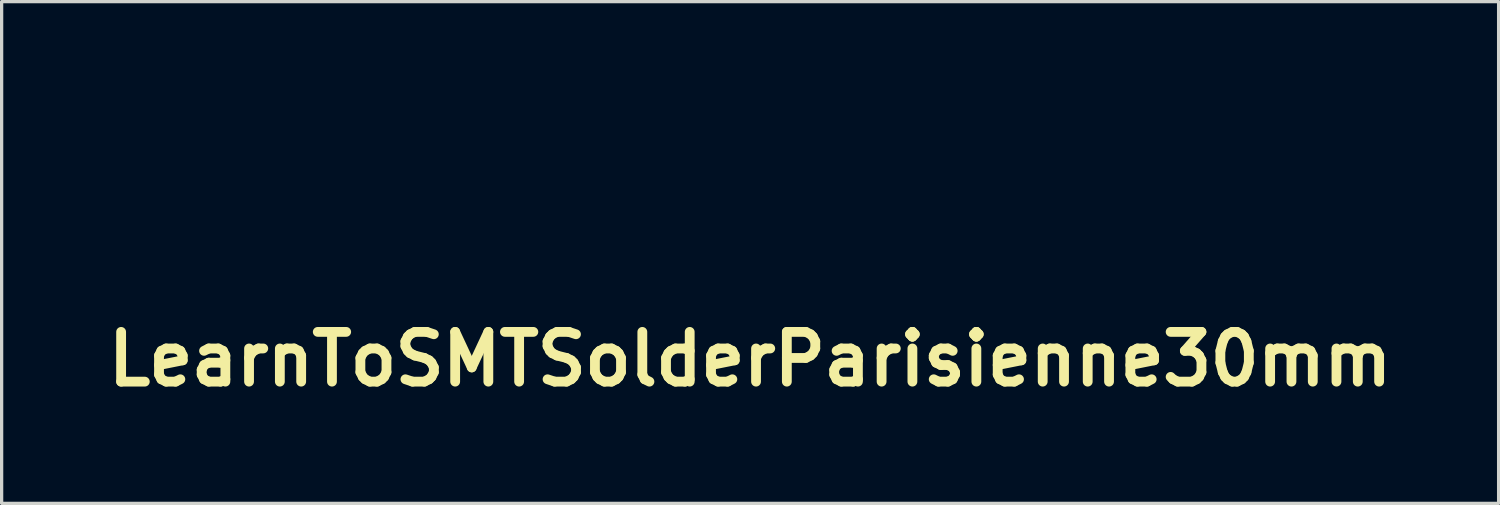
<source format=kicad_pcb>
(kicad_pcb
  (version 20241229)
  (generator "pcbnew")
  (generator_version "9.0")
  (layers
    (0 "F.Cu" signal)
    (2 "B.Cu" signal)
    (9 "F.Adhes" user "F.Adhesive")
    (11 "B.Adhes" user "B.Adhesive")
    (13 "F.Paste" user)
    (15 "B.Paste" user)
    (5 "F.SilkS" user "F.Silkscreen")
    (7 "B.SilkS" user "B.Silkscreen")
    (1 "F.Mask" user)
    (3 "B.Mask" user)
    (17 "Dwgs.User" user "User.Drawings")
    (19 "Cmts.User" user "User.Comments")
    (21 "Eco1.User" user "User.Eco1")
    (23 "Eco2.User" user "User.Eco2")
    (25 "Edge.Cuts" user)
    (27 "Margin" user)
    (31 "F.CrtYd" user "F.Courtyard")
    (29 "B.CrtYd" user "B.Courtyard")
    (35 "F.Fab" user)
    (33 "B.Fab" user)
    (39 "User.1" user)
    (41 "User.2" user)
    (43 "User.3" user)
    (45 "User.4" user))
  (footprint "LearnToSMTSolderParisienne30mm"
    (layer "F.Cu")
    (at 19.928 7.951)
    (property "Reference" "LearnToSMTSolderParisienne30mm" (at 0 0 0) (layer "F.SilkS") (effects (font (size 1.524 1.524) (thickness 0.3))))
    (attr board_only exclude_from_pos_files exclude_from_bom)
    (fp_poly (pts (xy 5.111 -7.576) (xy 5.13 -7.56) (xy 5.151 -7.537) (xy 5.091 -7.459) (xy 5.048 -7.402) (xy 5.007 -7.343) (xy 4.966 -7.281) (xy 4.925 -7.213) (xy 4.882 -7.138) (xy 4.836 -7.054) (xy 4.787 -6.958) (xy 4.732 -6.849) (xy 4.671 -6.724) (xy 4.642 -6.664) (xy 4.575 -6.526) (xy 4.514 -6.405) (xy 4.458 -6.299) (xy 4.407 -6.206) (xy 4.36 -6.126) (xy 4.314 -6.056) (xy 4.27 -5.995) (xy 4.227 -5.942) (xy 4.183 -5.894) (xy 4.137 -5.849) (xy 4.127 -5.84) (xy 4.029 -5.766) (xy 3.923 -5.704) (xy 3.81 -5.657) (xy 3.696 -5.627) (xy 3.618 -5.617) (xy 3.575 -5.614) (xy 3.534 -5.611) (xy 3.506 -5.609) (xy 3.478 -5.608) (xy 3.437 -5.609) (xy 3.391 -5.612) (xy 3.376 -5.613) (xy 3.256 -5.63) (xy 3.147 -5.661) (xy 3.05 -5.705) (xy 2.967 -5.762) (xy 2.898 -5.83) (xy 2.844 -5.909) (xy 2.806 -5.998) (xy 2.785 -6.096) (xy 2.781 -6.165) (xy 2.783 -6.211) (xy 2.787 -6.255) (xy 2.794 -6.293) (xy 2.801 -6.32) (xy 2.809 -6.332) (xy 2.811 -6.332) (xy 2.831 -6.329) (xy 2.855 -6.319) (xy 2.874 -6.308) (xy 2.881 -6.299) (xy 2.879 -6.284) (xy 2.876 -6.255) (xy 2.872 -6.225) (xy 2.868 -6.133) (xy 2.884 -6.046) (xy 2.918 -5.964) (xy 2.971 -5.889) (xy 2.982 -5.877) (xy 3.054 -5.813) (xy 3.136 -5.764) (xy 3.23 -5.728) (xy 3.338 -5.704) (xy 3.357 -5.702) (xy 3.473 -5.694) (xy 3.584 -5.705) (xy 3.69 -5.733) (xy 3.791 -5.78) (xy 3.889 -5.845) (xy 3.983 -5.929) (xy 4.073 -6.032) (xy 4.162 -6.155) (xy 4.216 -6.242) (xy 4.237 -6.278) (xy 4.265 -6.329) (xy 4.299 -6.391) (xy 4.336 -6.461) (xy 4.376 -6.535) (xy 4.415 -6.609) (xy 4.422 -6.623) (xy 4.481 -6.736) (xy 4.534 -6.835) (xy 4.582 -6.921) (xy 4.625 -6.997) (xy 4.667 -7.067) (xy 4.709 -7.132) (xy 4.751 -7.196) (xy 4.777 -7.234) (xy 4.806 -7.272) (xy 4.841 -7.316) (xy 4.881 -7.364) (xy 4.923 -7.412) (xy 4.965 -7.459) (xy 5.005 -7.502) (xy 5.041 -7.538) (xy 5.07 -7.565) (xy 5.09 -7.58) (xy 5.097 -7.583)) (stroke (width 0) (type solid)) (fill yes) (layer "F.Mask"))
    (fp_poly (pts (xy 6.152 -7.914) (xy 6.166 -7.89) (xy 6.169 -7.877) (xy 6.169 -7.875) (xy 6.156 -7.866) (xy 6.13 -7.85) (xy 6.093 -7.831) (xy 6.049 -7.81) (xy 6.003 -7.789) (xy 5.958 -7.77) (xy 5.919 -7.754) (xy 5.903 -7.748) (xy 5.823 -7.723) (xy 5.741 -7.703) (xy 5.656 -7.687) (xy 5.564 -7.676) (xy 5.466 -7.669) (xy 5.358 -7.666) (xy 5.239 -7.667) (xy 5.108 -7.672) (xy 4.962 -7.682) (xy 4.8 -7.695) (xy 4.624 -7.713) (xy 4.478 -7.727) (xy 4.351 -7.738) (xy 4.239 -7.746) (xy 4.141 -7.751) (xy 4.055 -7.752) (xy 3.98 -7.75) (xy 3.913 -7.745) (xy 3.852 -7.736) (xy 3.795 -7.724) (xy 3.741 -7.708) (xy 3.687 -7.688) (xy 3.686 -7.688) (xy 3.582 -7.637) (xy 3.491 -7.574) (xy 3.416 -7.499) (xy 3.356 -7.415) (xy 3.313 -7.322) (xy 3.288 -7.222) (xy 3.281 -7.132) (xy 3.29 -7.037) (xy 3.316 -6.952) (xy 3.359 -6.876) (xy 3.416 -6.812) (xy 3.488 -6.761) (xy 3.567 -6.727) (xy 3.598 -6.718) (xy 3.633 -6.713) (xy 3.675 -6.709) (xy 3.731 -6.708) (xy 3.761 -6.708) (xy 3.848 -6.71) (xy 3.922 -6.718) (xy 3.989 -6.732) (xy 4.054 -6.754) (xy 4.088 -6.768) (xy 4.14 -6.791) (xy 4.154 -6.769) (xy 4.168 -6.748) (xy 4.175 -6.736) (xy 4.172 -6.724) (xy 4.152 -6.708) (xy 4.119 -6.691) (xy 4.076 -6.672) (xy 4.025 -6.653) (xy 3.972 -6.636) (xy 3.917 -6.621) (xy 3.902 -6.618) (xy 3.859 -6.611) (xy 3.807 -6.605) (xy 3.75 -6.6) (xy 3.695 -6.597) (xy 3.648 -6.597) (xy 3.616 -6.599) (xy 3.513 -6.618) (xy 3.425 -6.646) (xy 3.348 -6.684) (xy 3.281 -6.734) (xy 3.251 -6.762) (xy 3.196 -6.825) (xy 3.156 -6.892) (xy 3.129 -6.964) (xy 3.115 -7.045) (xy 3.113 -7.139) (xy 3.114 -7.171) (xy 3.124 -7.266) (xy 3.144 -7.349) (xy 3.177 -7.426) (xy 3.224 -7.504) (xy 3.243 -7.53) (xy 3.299 -7.592) (xy 3.371 -7.652) (xy 3.457 -7.706) (xy 3.553 -7.753) (xy 3.642 -7.787) (xy 3.709 -7.806) (xy 3.777 -7.822) (xy 3.847 -7.833) (xy 3.923 -7.841) (xy 4.006 -7.845) (xy 4.098 -7.845) (xy 4.201 -7.841) (xy 4.317 -7.833) (xy 4.448 -7.822) (xy 4.596 -7.806) (xy 4.637 -7.802) (xy 4.738 -7.79) (xy 4.822 -7.781) (xy 4.893 -7.774) (xy 4.955 -7.769) (xy 5.011 -7.765) (xy 5.064 -7.762) (xy 5.119 -7.76) (xy 5.178 -7.759) (xy 5.244 -7.759) (xy 5.292 -7.759) (xy 5.38 -7.759) (xy 5.451 -7.759) (xy 5.508 -7.761) (xy 5.555 -7.763) (xy 5.593 -7.766) (xy 5.627 -7.771) (xy 5.657 -7.776) (xy 5.778 -7.804) (xy 5.889 -7.839) (xy 5.988 -7.878) (xy 6.071 -7.921) (xy 6.082 -7.928) (xy 6.106 -7.942) (xy 6.123 -7.951) (xy 6.127 -7.951)) (stroke (width 0) (type solid)) (fill yes) (layer "F.Mask"))
    (fp_poly (pts (xy -5.087 -7.5) (xy -5.065 -7.487) (xy -5.053 -7.476) (xy -5.052 -7.473) (xy -5.057 -7.461) (xy -5.07 -7.436) (xy -5.088 -7.402) (xy -5.101 -7.381) (xy -5.124 -7.341) (xy -5.153 -7.289) (xy -5.185 -7.232) (xy -5.217 -7.175) (xy -5.225 -7.16) (xy -5.301 -7.023) (xy -4.831 -7.023) (xy -4.838 -7) (xy -4.844 -6.979) (xy -4.849 -6.963) (xy -4.855 -6.951) (xy -4.866 -6.943) (xy -4.883 -6.937) (xy -4.91 -6.934) (xy -4.947 -6.933) (xy -4.999 -6.933) (xy -5.067 -6.933) (xy -5.105 -6.933) (xy -5.348 -6.933) (xy -5.414 -6.79) (xy -5.486 -6.632) (xy -5.545 -6.488) (xy -5.592 -6.361) (xy -5.627 -6.248) (xy -5.65 -6.151) (xy -5.661 -6.068) (xy -5.66 -6) (xy -5.646 -5.945) (xy -5.622 -5.905) (xy -5.585 -5.878) (xy -5.536 -5.865) (xy -5.528 -5.864) (xy -5.496 -5.863) (xy -5.469 -5.868) (xy -5.439 -5.879) (xy -5.412 -5.893) (xy -5.35 -5.934) (xy -5.283 -5.991) (xy -5.212 -6.064) (xy -5.138 -6.15) (xy -5.065 -6.248) (xy -4.992 -6.356) (xy -4.987 -6.363) (xy -4.937 -6.441) (xy -4.892 -6.505) (xy -4.851 -6.559) (xy -4.81 -6.605) (xy -4.767 -6.648) (xy -4.719 -6.691) (xy -4.712 -6.696) (xy -4.667 -6.732) (xy -4.621 -6.766) (xy -4.577 -6.795) (xy -4.54 -6.817) (xy -4.513 -6.83) (xy -4.502 -6.832) (xy -4.486 -6.824) (xy -4.467 -6.806) (xy -4.463 -6.801) (xy -4.439 -6.771) (xy -4.473 -6.745) (xy -4.506 -6.717) (xy -4.547 -6.678) (xy -4.592 -6.631) (xy -4.637 -6.583) (xy -4.677 -6.536) (xy -4.707 -6.496) (xy -4.764 -6.409) (xy -4.812 -6.319) (xy -4.849 -6.229) (xy -4.875 -6.143) (xy -4.889 -6.065) (xy -4.889 -6.011) (xy -4.879 -5.946) (xy -4.857 -5.898) (xy -4.823 -5.866) (xy -4.777 -5.848) (xy -4.717 -5.845) (xy -4.716 -5.845) (xy -4.644 -5.858) (xy -4.57 -5.889) (xy -4.494 -5.938) (xy -4.42 -6.001) (xy -4.348 -6.079) (xy -4.336 -6.093) (xy -4.312 -6.125) (xy -4.293 -6.15) (xy -4.283 -6.165) (xy -4.282 -6.167) (xy -4.289 -6.177) (xy -4.306 -6.194) (xy -4.316 -6.204) (xy -4.349 -6.241) (xy -4.38 -6.293) (xy -4.406 -6.355) (xy -4.425 -6.42) (xy -4.427 -6.428) (xy -4.439 -6.514) (xy -4.439 -6.54) (xy -4.351 -6.54) (xy -4.343 -6.468) (xy -4.328 -6.399) (xy -4.304 -6.337) (xy -4.302 -6.333) (xy -4.284 -6.304) (xy -4.264 -6.277) (xy -4.245 -6.258) (xy -4.234 -6.252) (xy -4.226 -6.261) (xy -4.215 -6.283) (xy -4.204 -6.31) (xy -4.17 -6.411) (xy -4.148 -6.507) (xy -4.14 -6.595) (xy -4.145 -6.673) (xy -4.163 -6.738) (xy -4.168 -6.749) (xy -4.192 -6.784) (xy -4.22 -6.799) (xy -4.251 -6.796) (xy -4.283 -6.774) (xy -4.314 -6.735) (xy -4.321 -6.722) (xy -4.34 -6.672) (xy -4.35 -6.61) (xy -4.351 -6.54) (xy -4.439 -6.54) (xy -4.44 -6.597) (xy -4.429 -6.673) (xy -4.409 -6.741) (xy -4.379 -6.798) (xy -4.341 -6.843) (xy -4.295 -6.872) (xy -4.242 -6.885) (xy -4.234 -6.886) (xy -4.179 -6.878) (xy -4.134 -6.853) (xy -4.099 -6.811) (xy -4.072 -6.751) (xy -4.061 -6.714) (xy -4.053 -6.652) (xy -4.054 -6.577) (xy -4.063 -6.496) (xy -4.078 -6.413) (xy -4.1 -6.333) (xy -4.127 -6.265) (xy -4.152 -6.21) (xy -4.104 -6.217) (xy -4.054 -6.228) (xy -4.015 -6.244) (xy -3.979 -6.271) (xy -3.945 -6.307) (xy -3.894 -6.364) (xy -3.866 -6.34) (xy -3.838 -6.316) (xy -3.86 -6.285) (xy -3.913 -6.226) (xy -3.979 -6.18) (xy -4.052 -6.148) (xy -4.129 -6.133) (xy -4.151 -6.132) (xy -4.178 -6.132) (xy -4.196 -6.126) (xy -4.211 -6.113) (xy -4.229 -6.087) (xy -4.234 -6.08) (xy -4.303 -5.991) (xy -4.383 -5.912) (xy -4.469 -5.847) (xy -4.559 -5.797) (xy -4.591 -5.784) (xy -4.658 -5.766) (xy -4.728 -5.756) (xy -4.796 -5.756) (xy -4.856 -5.765) (xy -4.877 -5.772) (xy -4.939 -5.807) (xy -4.99 -5.858) (xy -5.029 -5.921) (xy -5.054 -5.995) (xy -5.06 -6.034) (xy -5.067 -6.096) (xy -5.11 -6.04) (xy -5.168 -5.973) (xy -5.232 -5.911) (xy -5.3 -5.858) (xy -5.367 -5.816) (xy -5.429 -5.789) (xy -5.436 -5.787) (xy -5.473 -5.779) (xy -5.52 -5.774) (xy -5.554 -5.772) (xy -5.628 -5.779) (xy -5.689 -5.801) (xy -5.739 -5.839) (xy -5.779 -5.893) (xy -5.788 -5.909) (xy -5.801 -5.936) (xy -5.809 -5.959) (xy -5.814 -5.983) (xy -5.816 -6.015) (xy -5.817 -6.059) (xy -5.817 -6.082) (xy -5.815 -6.147) (xy -5.81 -6.202) (xy -5.8 -6.257) (xy -5.788 -6.307) (xy -5.743 -6.461) (xy -5.684 -6.619) (xy -5.611 -6.782) (xy -5.588 -6.831) (xy -5.568 -6.873) (xy -5.553 -6.905) (xy -5.544 -6.925) (xy -5.542 -6.929) (xy -5.552 -6.931) (xy -5.577 -6.932) (xy -5.614 -6.932) (xy -5.657 -6.933) (xy -5.703 -6.933) (xy -5.739 -6.935) (xy -5.764 -6.938) (xy -5.772 -6.942) (xy -5.769 -6.956) (xy -5.76 -6.98) (xy -5.757 -6.987) (xy -5.742 -7.023) (xy -5.615 -7.023) (xy -5.487 -7.023) (xy -5.427 -7.12) (xy -5.394 -7.172) (xy -5.354 -7.23) (xy -5.312 -7.29) (xy -5.27 -7.347) (xy -5.229 -7.4) (xy -5.194 -7.444) (xy -5.165 -7.475) (xy -5.158 -7.482) (xy -5.122 -7.517)) (stroke (width 0) (type solid)) (fill yes) (layer "F.Mask"))
    (fp_poly (pts (xy -0.175 -7.908) (xy -0.106 -7.892) (xy -0.049 -7.862) (xy -0.03 -7.847) (xy 0.009 -7.804) (xy 0.035 -7.757) (xy 0.049 -7.702) (xy 0.054 -7.633) (xy 0.054 -7.628) (xy 0.044 -7.527) (xy 0.018 -7.428) (xy -0.026 -7.331) (xy -0.089 -7.232) (xy -0.101 -7.216) (xy -0.162 -7.141) (xy -0.226 -7.075) (xy -0.298 -7.013) (xy -0.382 -6.953) (xy -0.417 -6.93) (xy -0.553 -6.853) (xy -0.702 -6.788) (xy -0.862 -6.737) (xy -1.029 -6.699) (xy -1.067 -6.692) (xy -1.139 -6.681) (xy -1.231 -6.519) (xy -1.332 -6.351) (xy -1.43 -6.201) (xy -1.528 -6.069) (xy -1.626 -5.954) (xy -1.724 -5.855) (xy -1.825 -5.77) (xy -1.928 -5.7) (xy -2.035 -5.642) (xy -2.102 -5.614) (xy -2.216 -5.578) (xy -2.339 -5.558) (xy -2.465 -5.553) (xy -2.589 -5.564) (xy -2.636 -5.573) (xy -2.742 -5.604) (xy -2.839 -5.65) (xy -2.923 -5.708) (xy -2.994 -5.777) (xy -3.05 -5.855) (xy -3.089 -5.942) (xy -3.091 -5.949) (xy -3.104 -6.009) (xy -3.11 -6.079) (xy -3.111 -6.153) (xy -3.104 -6.222) (xy -3.1 -6.244) (xy -3.071 -6.335) (xy -3.025 -6.419) (xy -2.963 -6.493) (xy -2.888 -6.557) (xy -2.8 -6.607) (xy -2.721 -6.637) (xy -2.613 -6.66) (xy -2.498 -6.666) (xy -2.381 -6.657) (xy -2.265 -6.633) (xy -2.153 -6.595) (xy -2.05 -6.544) (xy -1.959 -6.48) (xy -1.953 -6.474) (xy -1.909 -6.437) (xy -1.931 -6.41) (xy -1.947 -6.392) (xy -1.958 -6.383) (xy -1.959 -6.383) (xy -1.97 -6.388) (xy -1.992 -6.403) (xy -2.021 -6.423) (xy -2.021 -6.424) (xy -2.108 -6.477) (xy -2.204 -6.517) (xy -2.306 -6.541) (xy -2.41 -6.551) (xy -2.513 -6.545) (xy -2.612 -6.523) (xy -2.688 -6.492) (xy -2.768 -6.442) (xy -2.835 -6.379) (xy -2.888 -6.306) (xy -2.925 -6.225) (xy -2.945 -6.139) (xy -2.947 -6.05) (xy -2.944 -6.021) (xy -2.921 -5.933) (xy -2.881 -5.855) (xy -2.826 -5.787) (xy -2.757 -5.731) (xy -2.676 -5.687) (xy -2.585 -5.658) (xy -2.484 -5.643) (xy -2.443 -5.642) (xy -2.335 -5.65) (xy -2.231 -5.675) (xy -2.129 -5.717) (xy -2.029 -5.777) (xy -1.929 -5.856) (xy -1.855 -5.926) (xy -1.789 -5.996) (xy -1.729 -6.065) (xy -1.673 -6.139) (xy -1.616 -6.223) (xy -1.559 -6.312) (xy -1.536 -6.35) (xy -1.51 -6.394) (xy -1.481 -6.444) (xy -1.452 -6.495) (xy -1.425 -6.545) (xy -1.4 -6.589) (xy -1.38 -6.627) (xy -1.366 -6.653) (xy -1.361 -6.665) (xy -1.361 -6.666) (xy -1.37 -6.667) (xy -1.396 -6.67) (xy -1.435 -6.672) (xy -1.483 -6.675) (xy -1.508 -6.676) (xy -1.659 -6.689) (xy -1.799 -6.713) (xy -1.928 -6.748) (xy -2.045 -6.793) (xy -2.148 -6.847) (xy -2.238 -6.911) (xy -2.313 -6.982) (xy -2.372 -7.061) (xy -2.415 -7.147) (xy -2.441 -7.239) (xy -2.449 -7.336) (xy -2.441 -7.422) (xy -2.416 -7.517) (xy -2.373 -7.602) (xy -2.315 -7.677) (xy -2.242 -7.742) (xy -2.156 -7.794) (xy -2.057 -7.834) (xy -1.947 -7.86) (xy -1.827 -7.872) (xy -1.786 -7.873) (xy -1.643 -7.866) (xy -1.511 -7.844) (xy -1.389 -7.807) (xy -1.273 -7.753) (xy -1.198 -7.708) (xy -1.141 -7.669) (xy -1.102 -7.637) (xy -1.08 -7.611) (xy -1.075 -7.59) (xy -1.085 -7.573) (xy -1.103 -7.562) (xy -1.117 -7.558) (xy -1.132 -7.561) (xy -1.152 -7.571) (xy -1.181 -7.592) (xy -1.195 -7.603) (xy -1.264 -7.65) (xy -1.336 -7.69) (xy -1.418 -7.725) (xy -1.456 -7.738) (xy -1.496 -7.751) (xy -1.533 -7.76) (xy -1.574 -7.766) (xy -1.625 -7.769) (xy -1.661 -7.771) (xy -1.737 -7.772) (xy -1.8 -7.769) (xy -1.855 -7.76) (xy -1.909 -7.745) (xy -1.963 -7.725) (xy -2.049 -7.682) (xy -2.123 -7.626) (xy -2.185 -7.561) (xy -2.232 -7.489) (xy -2.263 -7.411) (xy -2.278 -7.33) (xy -2.274 -7.248) (xy -2.267 -7.215) (xy -2.247 -7.15) (xy -2.22 -7.096) (xy -2.183 -7.045) (xy -2.165 -7.024) (xy -2.089 -6.954) (xy -1.996 -6.893) (xy -1.887 -6.842) (xy -1.764 -6.803) (xy -1.628 -6.774) (xy -1.584 -6.768) (xy -1.528 -6.761) (xy -1.47 -6.756) (xy -1.417 -6.753) (xy -1.391 -6.753) (xy -1.313 -6.753) (xy -1.301 -6.774) (xy -1.086 -6.774) (xy -1.086 -6.773) (xy -1.075 -6.775) (xy -1.049 -6.779) (xy -1.012 -6.787) (xy -0.982 -6.793) (xy -0.823 -6.833) (xy -0.673 -6.888) (xy -0.534 -6.956) (xy -0.408 -7.037) (xy -0.295 -7.129) (xy -0.198 -7.232) (xy -0.165 -7.274) (xy -0.11 -7.358) (xy -0.069 -7.442) (xy -0.042 -7.523) (xy -0.029 -7.6) (xy -0.032 -7.669) (xy -0.051 -7.73) (xy -0.053 -7.733) (xy -0.082 -7.777) (xy -0.119 -7.805) (xy -0.167 -7.819) (xy -0.183 -7.821) (xy -0.259 -7.817) (xy -0.337 -7.794) (xy -0.417 -7.752) (xy -0.497 -7.692) (xy -0.577 -7.614) (xy -0.656 -7.518) (xy -0.725 -7.419) (xy -0.747 -7.385) (xy -0.774 -7.34) (xy -0.805 -7.286) (xy -0.84 -7.226) (xy -0.876 -7.162) (xy -0.914 -7.096) (xy -0.95 -7.031) (xy -0.985 -6.968) (xy -1.016 -6.91) (xy -1.044 -6.86) (xy -1.065 -6.819) (xy -1.08 -6.79) (xy -1.086 -6.774) (xy -1.301 -6.774) (xy -1.265 -6.845) (xy -1.177 -7.013) (xy -1.095 -7.162) (xy -1.016 -7.294) (xy -0.942 -7.411) (xy -0.87 -7.512) (xy -0.801 -7.6) (xy -0.732 -7.675) (xy -0.664 -7.738) (xy -0.596 -7.791) (xy -0.526 -7.834) (xy -0.501 -7.848) (xy -0.418 -7.882) (xy -0.334 -7.904) (xy -0.252 -7.913)) (stroke (width 0) (type solid)) (fill yes) (layer "F.Mask"))
    (fp_poly (pts (xy 8.857 -7.905) (xy 8.926 -7.883) (xy 8.983 -7.847) (xy 9.027 -7.799) (xy 9.051 -7.755) (xy 9.062 -7.709) (xy 9.067 -7.65) (xy 9.066 -7.586) (xy 9.059 -7.523) (xy 9.049 -7.478) (xy 9.009 -7.374) (xy 8.952 -7.271) (xy 8.88 -7.173) (xy 8.795 -7.082) (xy 8.732 -7.027) (xy 8.593 -6.928) (xy 8.441 -6.844) (xy 8.277 -6.776) (xy 8.103 -6.724) (xy 7.947 -6.693) (xy 7.877 -6.681) (xy 7.792 -6.534) (xy 7.692 -6.366) (xy 7.594 -6.217) (xy 7.498 -6.085) (xy 7.402 -5.97) (xy 7.306 -5.871) (xy 7.209 -5.786) (xy 7.109 -5.714) (xy 7.006 -5.656) (xy 6.912 -5.614) (xy 6.797 -5.578) (xy 6.675 -5.558) (xy 6.549 -5.553) (xy 6.425 -5.564) (xy 6.378 -5.573) (xy 6.271 -5.604) (xy 6.175 -5.65) (xy 6.09 -5.708) (xy 6.019 -5.777) (xy 5.963 -5.855) (xy 5.925 -5.942) (xy 5.922 -5.949) (xy 5.91 -6.009) (xy 5.903 -6.079) (xy 5.903 -6.153) (xy 5.909 -6.222) (xy 5.913 -6.244) (xy 5.942 -6.334) (xy 5.988 -6.417) (xy 6.05 -6.492) (xy 6.125 -6.555) (xy 6.211 -6.606) (xy 6.292 -6.637) (xy 6.402 -6.66) (xy 6.517 -6.666) (xy 6.635 -6.657) (xy 6.752 -6.632) (xy 6.864 -6.593) (xy 6.968 -6.541) (xy 7.06 -6.475) (xy 7.068 -6.469) (xy 7.108 -6.434) (xy 7.084 -6.408) (xy 7.066 -6.391) (xy 7.054 -6.383) (xy 7.053 -6.383) (xy 7.043 -6.388) (xy 7.021 -6.403) (xy 6.993 -6.423) (xy 6.992 -6.424) (xy 6.904 -6.479) (xy 6.804 -6.518) (xy 6.693 -6.543) (xy 6.622 -6.55) (xy 6.52 -6.548) (xy 6.424 -6.529) (xy 6.335 -6.496) (xy 6.256 -6.448) (xy 6.188 -6.388) (xy 6.133 -6.317) (xy 6.093 -6.236) (xy 6.071 -6.154) (xy 6.066 -6.063) (xy 6.078 -5.976) (xy 6.109 -5.896) (xy 6.155 -5.823) (xy 6.216 -5.761) (xy 6.291 -5.71) (xy 6.378 -5.673) (xy 6.43 -5.658) (xy 6.543 -5.643) (xy 6.656 -5.648) (xy 6.769 -5.672) (xy 6.882 -5.717) (xy 6.978 -5.77) (xy 7.047 -5.821) (xy 7.121 -5.887) (xy 7.197 -5.967) (xy 7.275 -6.057) (xy 7.351 -6.155) (xy 7.422 -6.259) (xy 7.465 -6.327) (xy 7.486 -6.363) (xy 7.511 -6.406) (xy 7.538 -6.454) (xy 7.566 -6.504) (xy 7.593 -6.552) (xy 7.617 -6.596) (xy 7.636 -6.631) (xy 7.649 -6.656) (xy 7.653 -6.666) (xy 7.644 -6.667) (xy 7.618 -6.67) (xy 7.579 -6.672) (xy 7.53 -6.675) (xy 7.505 -6.676) (xy 7.351 -6.689) (xy 7.208 -6.714) (xy 7.076 -6.751) (xy 6.957 -6.798) (xy 6.851 -6.856) (xy 6.76 -6.924) (xy 6.685 -7.001) (xy 6.626 -7.087) (xy 6.586 -7.175) (xy 6.575 -7.223) (xy 6.569 -7.284) (xy 6.568 -7.35) (xy 6.572 -7.414) (xy 6.582 -7.47) (xy 6.586 -7.483) (xy 6.624 -7.575) (xy 6.679 -7.655) (xy 6.75 -7.725) (xy 6.836 -7.782) (xy 6.936 -7.827) (xy 7.028 -7.854) (xy 7.069 -7.862) (xy 7.105 -7.868) (xy 7.141 -7.872) (xy 7.183 -7.873) (xy 7.237 -7.872) (xy 7.276 -7.87) (xy 7.407 -7.86) (xy 7.524 -7.839) (xy 7.632 -7.805) (xy 7.735 -7.757) (xy 7.813 -7.71) (xy 7.87 -7.671) (xy 7.91 -7.639) (xy 7.932 -7.612) (xy 7.939 -7.591) (xy 7.93 -7.574) (xy 7.91 -7.562) (xy 7.897 -7.558) (xy 7.882 -7.561) (xy 7.862 -7.571) (xy 7.832 -7.592) (xy 7.819 -7.603) (xy 7.749 -7.65) (xy 7.677 -7.69) (xy 7.595 -7.725) (xy 7.558 -7.738) (xy 7.518 -7.751) (xy 7.481 -7.76) (xy 7.44 -7.766) (xy 7.389 -7.769) (xy 7.352 -7.771) (xy 7.276 -7.772) (xy 7.214 -7.769) (xy 7.159 -7.76) (xy 7.104 -7.745) (xy 7.051 -7.725) (xy 6.965 -7.682) (xy 6.89 -7.626) (xy 6.829 -7.561) (xy 6.782 -7.489) (xy 6.751 -7.411) (xy 6.736 -7.33) (xy 6.74 -7.248) (xy 6.746 -7.215) (xy 6.767 -7.15) (xy 6.793 -7.096) (xy 6.83 -7.045) (xy 6.848 -7.024) (xy 6.925 -6.954) (xy 7.018 -6.893) (xy 7.126 -6.842) (xy 7.249 -6.803) (xy 7.385 -6.774) (xy 7.43 -6.768) (xy 7.485 -6.761) (xy 7.544 -6.756) (xy 7.596 -6.753) (xy 7.623 -6.753) (xy 7.701 -6.753) (xy 7.712 -6.774) (xy 7.928 -6.774) (xy 7.928 -6.773) (xy 7.938 -6.775) (xy 7.964 -6.779) (xy 8.001 -6.787) (xy 8.032 -6.793) (xy 8.191 -6.833) (xy 8.341 -6.888) (xy 8.481 -6.956) (xy 8.607 -7.037) (xy 8.72 -7.13) (xy 8.817 -7.234) (xy 8.848 -7.274) (xy 8.903 -7.358) (xy 8.945 -7.442) (xy 8.972 -7.523) (xy 8.984 -7.6) (xy 8.981 -7.669) (xy 8.963 -7.73) (xy 8.961 -7.733) (xy 8.931 -7.777) (xy 8.895 -7.805) (xy 8.847 -7.819) (xy 8.83 -7.821) (xy 8.754 -7.817) (xy 8.676 -7.794) (xy 8.597 -7.752) (xy 8.517 -7.692) (xy 8.437 -7.614) (xy 8.358 -7.518) (xy 8.288 -7.419) (xy 8.267 -7.385) (xy 8.24 -7.34) (xy 8.208 -7.286) (xy 8.174 -7.226) (xy 8.137 -7.162) (xy 8.1 -7.096) (xy 8.063 -7.031) (xy 8.029 -6.968) (xy 7.997 -6.91) (xy 7.97 -6.86) (xy 7.949 -6.819) (xy 7.934 -6.79) (xy 7.928 -6.774) (xy 7.712 -6.774) (xy 7.749 -6.845) (xy 7.776 -6.898) (xy 7.81 -6.961) (xy 7.848 -7.03) (xy 7.888 -7.102) (xy 7.927 -7.172) (xy 7.965 -7.238) (xy 7.998 -7.296) (xy 8.026 -7.343) (xy 8.042 -7.368) (xy 8.135 -7.503) (xy 8.228 -7.618) (xy 8.321 -7.713) (xy 8.416 -7.79) (xy 8.512 -7.848) (xy 8.61 -7.887) (xy 8.71 -7.909) (xy 8.779 -7.913)) (stroke (width 0) (type solid)) (fill yes) (layer "F.Mask"))
    (fp_poly (pts (xy 2.944 -7.912) (xy 2.966 -7.897) (xy 2.979 -7.888) (xy 2.98 -7.887) (xy 2.977 -7.877) (xy 2.967 -7.851) (xy 2.952 -7.811) (xy 2.931 -7.757) (xy 2.906 -7.693) (xy 2.878 -7.62) (xy 2.846 -7.54) (xy 2.832 -7.505) (xy 2.747 -7.288) (xy 2.669 -7.089) (xy 2.6 -6.906) (xy 2.538 -6.738) (xy 2.483 -6.585) (xy 2.436 -6.445) (xy 2.395 -6.318) (xy 2.361 -6.204) (xy 2.334 -6.1) (xy 2.313 -6.006) (xy 2.297 -5.921) (xy 2.287 -5.845) (xy 2.283 -5.776) (xy 2.284 -5.713) (xy 2.289 -5.656) (xy 2.299 -5.604) (xy 2.3 -5.6) (xy 2.331 -5.508) (xy 2.371 -5.434) (xy 2.423 -5.374) (xy 2.488 -5.329) (xy 2.56 -5.297) (xy 2.624 -5.285) (xy 2.701 -5.284) (xy 2.787 -5.294) (xy 2.877 -5.315) (xy 2.97 -5.347) (xy 3.005 -5.361) (xy 3.033 -5.373) (xy 3.051 -5.379) (xy 3.056 -5.38) (xy 3.077 -5.348) (xy 3.088 -5.327) (xy 3.091 -5.314) (xy 3.082 -5.302) (xy 3.056 -5.286) (xy 3.015 -5.268) (xy 2.962 -5.249) (xy 2.899 -5.229) (xy 2.894 -5.227) (xy 2.813 -5.208) (xy 2.726 -5.198) (xy 2.641 -5.196) (xy 2.565 -5.202) (xy 2.542 -5.207) (xy 2.447 -5.238) (xy 2.362 -5.286) (xy 2.288 -5.35) (xy 2.227 -5.429) (xy 2.179 -5.521) (xy 2.15 -5.609) (xy 2.138 -5.67) (xy 2.131 -5.745) (xy 2.128 -5.828) (xy 2.13 -5.914) (xy 2.136 -5.998) (xy 2.145 -6.062) (xy 2.18 -6.223) (xy 2.227 -6.399) (xy 2.289 -6.588) (xy 2.364 -6.793) (xy 2.452 -7.011) (xy 2.554 -7.244) (xy 2.607 -7.358) (xy 2.7 -7.558) (xy 2.655 -7.509) (xy 2.627 -7.478) (xy 2.589 -7.434) (xy 2.543 -7.379) (xy 2.491 -7.318) (xy 2.435 -7.251) (xy 2.378 -7.182) (xy 2.322 -7.114) (xy 2.269 -7.048) (xy 2.221 -6.989) (xy 2.2 -6.963) (xy 2.043 -6.761) (xy 1.891 -6.56) (xy 1.745 -6.362) (xy 1.609 -6.169) (xy 1.484 -5.986) (xy 1.447 -5.93) (xy 1.331 -5.753) (xy 1.293 -5.767) (xy 1.278 -5.772) (xy 1.267 -5.777) (xy 1.261 -5.786) (xy 1.259 -5.801) (xy 1.26 -5.826) (xy 1.264 -5.865) (xy 1.27 -5.92) (xy 1.27 -5.922) (xy 1.293 -6.077) (xy 1.431 -6.077) (xy 1.436 -6.072) (xy 1.441 -6.077) (xy 1.436 -6.082) (xy 1.431 -6.077) (xy 1.293 -6.077) (xy 1.296 -6.097) (xy 1.333 -6.285) (xy 1.379 -6.483) (xy 1.436 -6.689) (xy 1.501 -6.899) (xy 1.574 -7.111) (xy 1.639 -7.28) (xy 1.655 -7.321) (xy 1.667 -7.355) (xy 1.675 -7.376) (xy 1.676 -7.383) (xy 1.668 -7.375) (xy 1.651 -7.35) (xy 1.626 -7.311) (xy 1.592 -7.259) (xy 1.551 -7.195) (xy 1.504 -7.12) (xy 1.452 -7.036) (xy 1.395 -6.943) (xy 1.346 -6.863) (xy 1.255 -6.715) (xy 1.173 -6.584) (xy 1.099 -6.467) (xy 1.031 -6.364) (xy 0.968 -6.271) (xy 0.909 -6.189) (xy 0.853 -6.115) (xy 0.799 -6.047) (xy 0.746 -5.985) (xy 0.693 -5.927) (xy 0.645 -5.878) (xy 0.523 -5.764) (xy 0.402 -5.669) (xy 0.279 -5.592) (xy 0.154 -5.532) (xy 0.025 -5.487) (xy 0.004 -5.482) (xy -0.072 -5.467) (xy -0.157 -5.457) (xy -0.246 -5.454) (xy -0.331 -5.456) (xy -0.404 -5.465) (xy -0.41 -5.466) (xy -0.515 -5.496) (xy -0.609 -5.54) (xy -0.693 -5.597) (xy -0.763 -5.665) (xy -0.818 -5.743) (xy -0.857 -5.83) (xy -0.865 -5.858) (xy -0.874 -5.909) (xy -0.879 -5.97) (xy -0.879 -6.035) (xy -0.875 -6.096) (xy -0.867 -6.146) (xy -0.867 -6.147) (xy -0.83 -6.245) (xy -0.777 -6.334) (xy -0.708 -6.414) (xy -0.625 -6.483) (xy -0.528 -6.541) (xy -0.42 -6.587) (xy -0.301 -6.619) (xy -0.174 -6.637) (xy -0.144 -6.639) (xy -0.01 -6.639) (xy 0.127 -6.624) (xy 0.239 -6.601) (xy 0.29 -6.585) (xy 0.348 -6.562) (xy 0.405 -6.536) (xy 0.457 -6.509) (xy 0.497 -6.484) (xy 0.506 -6.478) (xy 0.535 -6.454) (xy 0.506 -6.423) (xy 0.477 -6.393) (xy 0.446 -6.413) (xy 0.398 -6.442) (xy 0.337 -6.471) (xy 0.272 -6.498) (xy 0.209 -6.519) (xy 0.195 -6.523) (xy 0.118 -6.539) (xy 0.028 -6.548) (xy -0.066 -6.551) (xy -0.157 -6.548) (xy -0.239 -6.538) (xy -0.258 -6.534) (xy -0.362 -6.502) (xy -0.455 -6.457) (xy -0.535 -6.399) (xy -0.601 -6.331) (xy -0.652 -6.254) (xy -0.687 -6.168) (xy -0.705 -6.076) (xy -0.704 -5.98) (xy -0.701 -5.957) (xy -0.679 -5.866) (xy -0.639 -5.786) (xy -0.585 -5.716) (xy -0.517 -5.658) (xy -0.436 -5.613) (xy -0.345 -5.582) (xy -0.244 -5.566) (xy -0.146 -5.565) (xy -0.061 -5.574) (xy 0.018 -5.591) (xy 0.097 -5.619) (xy 0.18 -5.657) (xy 0.273 -5.71) (xy 0.367 -5.774) (xy 0.46 -5.85) (xy 0.555 -5.938) (xy 0.652 -6.04) (xy 0.751 -6.157) (xy 0.853 -6.288) (xy 0.96 -6.436) (xy 1.071 -6.6) (xy 1.188 -6.782) (xy 1.265 -6.908) (xy 1.352 -7.05) (xy 1.429 -7.177) (xy 1.498 -7.288) (xy 1.56 -7.387) (xy 1.615 -7.473) (xy 1.663 -7.548) (xy 1.707 -7.614) (xy 1.747 -7.672) (xy 1.783 -7.723) (xy 1.816 -7.769) (xy 1.844 -7.805) (xy 1.873 -7.841) (xy 1.894 -7.863) (xy 1.91 -7.872) (xy 1.927 -7.87) (xy 1.949 -7.858) (xy 1.969 -7.845) (xy 1.972 -7.838) (xy 1.971 -7.823) (xy 1.966 -7.797) (xy 1.955 -7.758) (xy 1.939 -7.705) (xy 1.917 -7.636) (xy 1.916 -7.632) (xy 1.883 -7.53) (xy 1.849 -7.421) (xy 1.814 -7.309) (xy 1.78 -7.196) (xy 1.747 -7.086) (xy 1.716 -6.983) (xy 1.689 -6.889) (xy 1.667 -6.809) (xy 1.654 -6.763) (xy 1.64 -6.712) (xy 1.621 -6.647) (xy 1.598 -6.572) (xy 1.573 -6.492) (xy 1.548 -6.412) (xy 1.53 -6.358) (xy 1.507 -6.289) (xy 1.487 -6.228) (xy 1.47 -6.175) (xy 1.456 -6.134) (xy 1.448 -6.106) (xy 1.445 -6.095) (xy 1.445 -6.095) (xy 1.451 -6.102) (xy 1.466 -6.123) (xy 1.49 -6.156) (xy 1.519 -6.197) (xy 1.551 -6.245) (xy 1.64 -6.371) (xy 1.74 -6.508) (xy 1.849 -6.654) (xy 1.965 -6.806) (xy 2.086 -6.961) (xy 2.21 -7.116) (xy 2.335 -7.27) (xy 2.458 -7.419) (xy 2.578 -7.561) (xy 2.585 -7.568) (xy 2.701 -7.568) (xy 2.706 -7.563) (xy 2.711 -7.568) (xy 2.706 -7.573) (xy 2.701 -7.568) (xy 2.585 -7.568) (xy 2.693 -7.692) (xy 2.8 -7.812) (xy 2.863 -7.881) (xy 2.913 -7.933)) (stroke (width 0) (type solid)) (fill yes) (layer "F.Mask"))
    (fp_poly (pts (xy -11.185 -7.934) (xy -11.139 -7.921) (xy -11.129 -7.917) (xy -11.078 -7.881) (xy -11.04 -7.836) (xy -11.016 -7.779) (xy -11.003 -7.709) (xy -11.001 -7.653) (xy -11.012 -7.54) (xy -11.041 -7.425) (xy -11.089 -7.307) (xy -11.156 -7.189) (xy -11.241 -7.07) (xy -11.343 -6.951) (xy -11.358 -6.935) (xy -11.489 -6.813) (xy -11.634 -6.701) (xy -11.792 -6.602) (xy -11.958 -6.516) (xy -12.13 -6.447) (xy -12.275 -6.403) (xy -12.316 -6.392) (xy -12.343 -6.382) (xy -12.363 -6.37) (xy -12.381 -6.351) (xy -12.402 -6.323) (xy -12.405 -6.319) (xy -12.449 -6.262) (xy -12.5 -6.199) (xy -12.556 -6.135) (xy -12.611 -6.075) (xy -12.661 -6.022) (xy -12.693 -5.992) (xy -12.764 -5.928) (xy -12.582 -5.875) (xy -12.475 -5.844) (xy -12.385 -5.819) (xy -12.311 -5.798) (xy -12.248 -5.782) (xy -12.197 -5.77) (xy -12.153 -5.761) (xy -12.116 -5.755) (xy -12.083 -5.752) (xy -12.052 -5.75) (xy -12.04 -5.75) (xy -11.95 -5.756) (xy -11.872 -5.775) (xy -11.801 -5.808) (xy -11.749 -5.843) (xy -11.683 -5.894) (xy -11.647 -5.866) (xy -11.611 -5.839) (xy -11.665 -5.79) (xy -11.716 -5.751) (xy -11.78 -5.713) (xy -11.849 -5.679) (xy -11.918 -5.653) (xy -11.94 -5.646) (xy -11.979 -5.639) (xy -12.033 -5.633) (xy -12.095 -5.629) (xy -12.162 -5.626) (xy -12.227 -5.626) (xy -12.284 -5.628) (xy -12.329 -5.632) (xy -12.335 -5.633) (xy -12.4 -5.646) (xy -12.48 -5.665) (xy -12.568 -5.688) (xy -12.66 -5.713) (xy -12.751 -5.74) (xy -12.786 -5.752) (xy -12.94 -5.801) (xy -12.993 -5.771) (xy -13.077 -5.73) (xy -13.166 -5.697) (xy -13.255 -5.674) (xy -13.344 -5.659) (xy -13.428 -5.653) (xy -13.505 -5.657) (xy -13.572 -5.671) (xy -13.627 -5.695) (xy -13.645 -5.708) (xy -13.676 -5.746) (xy -13.691 -5.791) (xy -13.69 -5.807) (xy -13.602 -5.807) (xy -13.588 -5.783) (xy -13.566 -5.765) (xy -13.546 -5.754) (xy -13.524 -5.747) (xy -13.494 -5.743) (xy -13.45 -5.742) (xy -13.446 -5.742) (xy -13.397 -5.744) (xy -13.345 -5.749) (xy -13.303 -5.756) (xy -13.298 -5.757) (xy -13.265 -5.767) (xy -13.226 -5.78) (xy -13.185 -5.796) (xy -13.147 -5.812) (xy -13.117 -5.826) (xy -13.099 -5.837) (xy -13.095 -5.842) (xy -13.104 -5.847) (xy -13.129 -5.854) (xy -13.165 -5.863) (xy -13.208 -5.873) (xy -13.253 -5.883) (xy -13.298 -5.891) (xy -13.336 -5.897) (xy -13.347 -5.898) (xy -13.389 -5.901) (xy -13.438 -5.9) (xy -13.47 -5.898) (xy -13.511 -5.892) (xy -13.54 -5.882) (xy -13.565 -5.866) (xy -13.571 -5.86) (xy -13.596 -5.832) (xy -13.602 -5.807) (xy -13.69 -5.807) (xy -13.689 -5.839) (xy -13.67 -5.885) (xy -13.635 -5.925) (xy -13.603 -5.949) (xy -13.566 -5.967) (xy -13.523 -5.98) (xy -13.468 -5.99) (xy -13.4 -5.996) (xy -13.32 -6) (xy -13.251 -6.001) (xy -13.195 -6.001) (xy -13.146 -5.998) (xy -13.098 -5.993) (xy -13.044 -5.984) (xy -13.035 -5.983) (xy -12.91 -5.961) (xy -12.825 -6.05) (xy -12.796 -6.081) (xy -12.763 -6.119) (xy -12.727 -6.161) (xy -12.691 -6.204) (xy -12.658 -6.245) (xy -12.629 -6.282) (xy -12.608 -6.311) (xy -12.596 -6.329) (xy -12.595 -6.333) (xy -12.604 -6.334) (xy -12.631 -6.336) (xy -12.672 -6.337) (xy -12.724 -6.337) (xy -12.785 -6.338) (xy -12.808 -6.338) (xy -12.884 -6.338) (xy -12.945 -6.34) (xy -12.993 -6.342) (xy -13.034 -6.346) (xy -13.072 -6.351) (xy -13.11 -6.358) (xy -13.121 -6.36) (xy -13.258 -6.398) (xy -13.38 -6.446) (xy -13.487 -6.506) (xy -13.579 -6.577) (xy -13.654 -6.657) (xy -13.712 -6.748) (xy -13.754 -6.847) (xy -13.778 -6.955) (xy -13.783 -7.008) (xy -13.781 -7.129) (xy -13.761 -7.24) (xy -13.724 -7.343) (xy -13.669 -7.438) (xy -13.595 -7.525) (xy -13.591 -7.529) (xy -13.503 -7.605) (xy -13.407 -7.666) (xy -13.298 -7.713) (xy -13.177 -7.748) (xy -13.119 -7.759) (xy -13.041 -7.768) (xy -12.952 -7.772) (xy -12.858 -7.771) (xy -12.765 -7.765) (xy -12.68 -7.754) (xy -12.63 -7.744) (xy -12.581 -7.731) (xy -12.53 -7.717) (xy -12.482 -7.701) (xy -12.44 -7.686) (xy -12.409 -7.674) (xy -12.391 -7.664) (xy -12.389 -7.662) (xy -12.39 -7.649) (xy -12.398 -7.626) (xy -12.402 -7.618) (xy -12.416 -7.594) (xy -12.43 -7.588) (xy -12.434 -7.589) (xy -12.562 -7.636) (xy -12.691 -7.667) (xy -12.821 -7.683) (xy -12.947 -7.684) (xy -13.067 -7.67) (xy -13.179 -7.64) (xy -13.259 -7.607) (xy -13.353 -7.552) (xy -13.43 -7.489) (xy -13.494 -7.415) (xy -13.545 -7.328) (xy -13.55 -7.318) (xy -13.582 -7.24) (xy -13.601 -7.165) (xy -13.609 -7.085) (xy -13.609 -7.053) (xy -13.6 -6.951) (xy -13.571 -6.856) (xy -13.526 -6.767) (xy -13.464 -6.687) (xy -13.387 -6.616) (xy -13.295 -6.555) (xy -13.191 -6.504) (xy -13.073 -6.466) (xy -12.986 -6.447) (xy -12.933 -6.44) (xy -12.865 -6.436) (xy -12.79 -6.433) (xy -12.712 -6.433) (xy -12.638 -6.435) (xy -12.584 -6.439) (xy -12.517 -6.445) (xy -12.483 -6.503) (xy -12.271 -6.503) (xy -12.26 -6.506) (xy -12.235 -6.514) (xy -12.199 -6.526) (xy -12.163 -6.538) (xy -12.014 -6.597) (xy -11.869 -6.669) (xy -11.731 -6.753) (xy -11.602 -6.847) (xy -11.483 -6.949) (xy -11.376 -7.058) (xy -11.283 -7.172) (xy -11.206 -7.289) (xy -11.145 -7.409) (xy -11.119 -7.478) (xy -11.102 -7.541) (xy -11.092 -7.606) (xy -11.089 -7.668) (xy -11.094 -7.723) (xy -11.105 -7.764) (xy -11.109 -7.772) (xy -11.139 -7.812) (xy -11.174 -7.836) (xy -11.219 -7.847) (xy -11.248 -7.848) (xy -11.287 -7.846) (xy -11.318 -7.839) (xy -11.35 -7.824) (xy -11.369 -7.813) (xy -11.401 -7.79) (xy -11.44 -7.758) (xy -11.48 -7.721) (xy -11.503 -7.698) (xy -11.527 -7.672) (xy -11.549 -7.648) (xy -11.571 -7.623) (xy -11.592 -7.597) (xy -11.615 -7.567) (xy -11.639 -7.533) (xy -11.666 -7.494) (xy -11.696 -7.447) (xy -11.73 -7.393) (xy -11.77 -7.329) (xy -11.816 -7.254) (xy -11.868 -7.167) (xy -11.929 -7.066) (xy -11.997 -6.951) (xy -12.065 -6.838) (xy -12.101 -6.777) (xy -12.138 -6.717) (xy -12.172 -6.661) (xy -12.201 -6.615) (xy -12.223 -6.581) (xy -12.227 -6.575) (xy -12.248 -6.543) (xy -12.263 -6.518) (xy -12.271 -6.504) (xy -12.271 -6.503) (xy -12.483 -6.503) (xy -12.427 -6.596) (xy -12.395 -6.651) (xy -12.355 -6.718) (xy -12.312 -6.793) (xy -12.268 -6.869) (xy -12.226 -6.942) (xy -12.214 -6.963) (xy -12.141 -7.09) (xy -12.076 -7.201) (xy -12.017 -7.298) (xy -11.964 -7.383) (xy -11.915 -7.457) (xy -11.869 -7.522) (xy -11.825 -7.58) (xy -11.781 -7.633) (xy -11.737 -7.683) (xy -11.723 -7.697) (xy -11.631 -7.785) (xy -11.539 -7.854) (xy -11.448 -7.903) (xy -11.425 -7.912) (xy -11.368 -7.928) (xy -11.306 -7.937) (xy -11.243 -7.939)) (stroke (width 0) (type solid)) (fill yes) (layer "F.Mask"))
    (fp_poly (pts (xy -7.621 -6.877) (xy -7.575 -6.852) (xy -7.541 -6.813) (xy -7.519 -6.759) (xy -7.512 -6.694) (xy -7.512 -6.693) (xy -7.511 -6.66) (xy -7.508 -6.643) (xy -7.502 -6.639) (xy -7.494 -6.642) (xy -7.472 -6.658) (xy -7.462 -6.668) (xy -7.444 -6.685) (xy -7.413 -6.709) (xy -7.374 -6.735) (xy -7.333 -6.761) (xy -7.295 -6.783) (xy -7.264 -6.799) (xy -7.261 -6.8) (xy -7.216 -6.812) (xy -7.164 -6.817) (xy -7.11 -6.816) (xy -7.064 -6.808) (xy -7.043 -6.8) (xy -7.002 -6.77) (xy -6.968 -6.726) (xy -6.944 -6.677) (xy -6.942 -6.668) (xy -6.937 -6.639) (xy -6.934 -6.597) (xy -6.934 -6.552) (xy -6.935 -6.543) (xy -6.938 -6.501) (xy -6.946 -6.461) (xy -6.957 -6.42) (xy -6.975 -6.374) (xy -7 -6.322) (xy -7.033 -6.259) (xy -7.075 -6.183) (xy -7.089 -6.16) (xy -7.12 -6.106) (xy -7.149 -6.053) (xy -7.173 -6.006) (xy -7.192 -5.97) (xy -7.2 -5.952) (xy -7.218 -5.896) (xy -7.223 -5.853) (xy -7.215 -5.824) (xy -7.196 -5.809) (xy -7.166 -5.808) (xy -7.127 -5.822) (xy -7.08 -5.851) (xy -7.026 -5.896) (xy -7.015 -5.906) (xy -6.962 -5.96) (xy -6.904 -6.027) (xy -6.842 -6.103) (xy -6.781 -6.184) (xy -6.725 -6.265) (xy -6.718 -6.275) (xy -6.693 -6.311) (xy -6.673 -6.34) (xy -6.659 -6.358) (xy -6.654 -6.362) (xy -6.643 -6.356) (xy -6.623 -6.342) (xy -6.62 -6.339) (xy -6.592 -6.316) (xy -6.648 -6.227) (xy -6.722 -6.116) (xy -6.795 -6.016) (xy -6.868 -5.929) (xy -6.938 -5.855) (xy -7.004 -5.797) (xy -7.065 -5.757) (xy -7.069 -5.754) (xy -7.139 -5.726) (xy -7.204 -5.715) (xy -7.263 -5.722) (xy -7.292 -5.734) (xy -7.34 -5.767) (xy -7.37 -5.808) (xy -7.382 -5.849) (xy -7.386 -5.89) (xy -7.382 -5.934) (xy -7.37 -5.983) (xy -7.35 -6.039) (xy -7.32 -6.105) (xy -7.28 -6.181) (xy -7.228 -6.271) (xy -7.198 -6.322) (xy -7.149 -6.405) (xy -7.11 -6.474) (xy -7.081 -6.531) (xy -7.062 -6.577) (xy -7.051 -6.614) (xy -7.048 -6.644) (xy -7.053 -6.67) (xy -7.064 -6.693) (xy -7.069 -6.7) (xy -7.098 -6.724) (xy -7.136 -6.731) (xy -7.183 -6.721) (xy -7.236 -6.694) (xy -7.297 -6.65) (xy -7.318 -6.632) (xy -7.359 -6.594) (xy -7.402 -6.55) (xy -7.45 -6.499) (xy -7.503 -6.438) (xy -7.562 -6.367) (xy -7.629 -6.285) (xy -7.703 -6.189) (xy -7.787 -6.081) (xy -7.881 -5.957) (xy -7.897 -5.935) (xy -8.034 -5.753) (xy -8.086 -5.774) (xy -8.118 -5.786) (xy -8.145 -5.796) (xy -8.156 -5.8) (xy -8.17 -5.806) (xy -8.173 -5.809) (xy -8.168 -5.819) (xy -8.152 -5.841) (xy -8.129 -5.874) (xy -8.1 -5.914) (xy -8.085 -5.936) (xy -8.017 -6.031) (xy -7.959 -6.113) (xy -7.909 -6.185) (xy -7.867 -6.252) (xy -7.828 -6.315) (xy -7.792 -6.377) (xy -7.757 -6.443) (xy -7.732 -6.493) (xy -7.695 -6.571) (xy -7.668 -6.641) (xy -7.65 -6.7) (xy -7.644 -6.746) (xy -7.648 -6.779) (xy -7.655 -6.791) (xy -7.673 -6.799) (xy -7.697 -6.803) (xy -7.726 -6.794) (xy -7.762 -6.766) (xy -7.806 -6.722) (xy -7.857 -6.66) (xy -7.915 -6.58) (xy -7.98 -6.485) (xy -8.052 -6.373) (xy -8.129 -6.244) (xy -8.134 -6.237) (xy -8.184 -6.154) (xy -8.226 -6.085) (xy -8.264 -6.028) (xy -8.297 -5.981) (xy -8.328 -5.941) (xy -8.36 -5.906) (xy -8.387 -5.877) (xy -8.45 -5.821) (xy -8.509 -5.782) (xy -8.569 -5.757) (xy -8.632 -5.745) (xy -8.653 -5.744) (xy -8.718 -5.746) (xy -8.768 -5.761) (xy -8.808 -5.788) (xy -8.84 -5.831) (xy -8.846 -5.842) (xy -8.865 -5.889) (xy -8.873 -5.941) (xy -8.87 -5.999) (xy -8.856 -6.065) (xy -8.829 -6.14) (xy -8.791 -6.226) (xy -8.74 -6.325) (xy -8.698 -6.399) (xy -8.668 -6.452) (xy -8.648 -6.492) (xy -8.639 -6.522) (xy -8.639 -6.547) (xy -8.648 -6.568) (xy -8.667 -6.592) (xy -8.685 -6.61) (xy -8.739 -6.662) (xy -8.859 -6.467) (xy -8.918 -6.371) (xy -8.968 -6.29) (xy -9.011 -6.223) (xy -9.048 -6.167) (xy -9.079 -6.121) (xy -9.107 -6.082) (xy -9.133 -6.049) (xy -9.158 -6.02) (xy -9.183 -5.993) (xy -9.197 -5.978) (xy -9.265 -5.916) (xy -9.329 -5.871) (xy -9.392 -5.842) (xy -9.458 -5.827) (xy -9.488 -5.824) (xy -9.535 -5.824) (xy -9.569 -5.83) (xy -9.594 -5.839) (xy -9.628 -5.867) (xy -9.655 -5.909) (xy -9.671 -5.959) (xy -9.674 -5.995) (xy -9.674 -6.043) (xy -9.762 -5.955) (xy -9.842 -5.882) (xy -9.919 -5.828) (xy -9.994 -5.79) (xy -10.072 -5.767) (xy -10.154 -5.759) (xy -10.164 -5.759) (xy -10.24 -5.767) (xy -10.307 -5.791) (xy -10.362 -5.831) (xy -10.405 -5.884) (xy -10.41 -5.894) (xy -10.421 -5.924) (xy -10.43 -5.964) (xy -10.436 -6.007) (xy -10.436 -6.009) (xy -10.264 -6.009) (xy -10.257 -5.948) (xy -10.236 -5.901) (xy -10.2 -5.865) (xy -10.174 -5.85) (xy -10.148 -5.845) (xy -10.109 -5.847) (xy -10.063 -5.855) (xy -10.016 -5.868) (xy -9.978 -5.883) (xy -9.93 -5.911) (xy -9.882 -5.945) (xy -9.833 -5.988) (xy -9.782 -6.042) (xy -9.728 -6.106) (xy -9.671 -6.183) (xy -9.608 -6.273) (xy -9.54 -6.379) (xy -9.464 -6.5) (xy -9.426 -6.563) (xy -9.415 -6.599) (xy -9.42 -6.638) (xy -9.439 -6.676) (xy -9.468 -6.709) (xy -9.506 -6.732) (xy -9.534 -6.741) (xy -9.609 -6.744) (xy -9.689 -6.729) (xy -9.772 -6.697) (xy -9.857 -6.648) (xy -9.941 -6.583) (xy -9.994 -6.533) (xy -10.073 -6.445) (xy -10.14 -6.354) (xy -10.194 -6.261) (xy -10.233 -6.169) (xy -10.257 -6.081) (xy -10.264 -6.009) (xy -10.436 -6.009) (xy -10.438 -6.044) (xy -10.436 -6.058) (xy -10.437 -6.066) (xy -10.445 -6.064) (xy -10.462 -6.05) (xy -10.49 -6.023) (xy -10.505 -6.007) (xy -10.603 -5.915) (xy -10.7 -5.842) (xy -10.796 -5.789) (xy -10.894 -5.753) (xy -10.993 -5.736) (xy -11.074 -5.735) (xy -11.171 -5.747) (xy -11.253 -5.773) (xy -11.321 -5.812) (xy -11.376 -5.866) (xy -11.416 -5.929) (xy -11.432 -5.962) (xy -11.441 -5.988) (xy -11.446 -6.014) (xy -11.448 -6.047) (xy -11.448 -6.092) (xy -11.448 -6.097) (xy -11.441 -6.187) (xy -11.434 -6.221) (xy -11.259 -6.221) (xy -11.253 -6.216) (xy -11.233 -6.219) (xy -11.232 -6.219) (xy -11.203 -6.225) (xy -11.166 -6.234) (xy -11.144 -6.24) (xy -11.057 -6.271) (xy -10.968 -6.314) (xy -10.883 -6.368) (xy -10.809 -6.428) (xy -10.749 -6.489) (xy -10.705 -6.55) (xy -10.672 -6.608) (xy -10.652 -6.661) (xy -10.643 -6.708) (xy -10.647 -6.746) (xy -10.662 -6.775) (xy -10.688 -6.791) (xy -10.727 -6.795) (xy -10.762 -6.787) (xy -10.828 -6.759) (xy -10.897 -6.715) (xy -10.967 -6.656) (xy -11.036 -6.586) (xy -11.101 -6.507) (xy -11.161 -6.422) (xy -11.212 -6.332) (xy -11.253 -6.242) (xy -11.254 -6.238) (xy -11.259 -6.221) (xy -11.434 -6.221) (xy -11.424 -6.269) (xy -11.393 -6.351) (xy -11.364 -6.411) (xy -11.299 -6.514) (xy -11.22 -6.61) (xy -11.131 -6.695) (xy -11.033 -6.769) (xy -10.93 -6.828) (xy -10.827 -6.868) (xy -10.758 -6.881) (xy -10.691 -6.879) (xy -10.63 -6.862) (xy -10.579 -6.832) (xy -10.539 -6.79) (xy -10.53 -6.774) (xy -10.513 -6.72) (xy -10.509 -6.657) (xy -10.519 -6.589) (xy -10.542 -6.522) (xy -10.546 -6.513) (xy -10.569 -6.477) (xy -10.604 -6.434) (xy -10.649 -6.389) (xy -10.697 -6.346) (xy -10.745 -6.309) (xy -10.775 -6.29) (xy -10.858 -6.247) (xy -10.952 -6.209) (xy -11.05 -6.178) (xy -11.146 -6.156) (xy -11.217 -6.145) (xy -11.284 -6.14) (xy -11.284 -6.088) (xy -11.276 -6.01) (xy -11.253 -5.945) (xy -11.216 -5.892) (xy -11.166 -5.854) (xy -11.105 -5.831) (xy -11.033 -5.824) (xy -11.01 -5.825) (xy -10.916 -5.842) (xy -10.826 -5.874) (xy -10.737 -5.922) (xy -10.65 -5.988) (xy -10.562 -6.071) (xy -10.474 -6.172) (xy -10.385 -6.292) (xy -10.354 -6.337) (xy -10.28 -6.443) (xy -10.208 -6.533) (xy -10.136 -6.608) (xy -10.062 -6.672) (xy -9.984 -6.727) (xy -9.964 -6.739) (xy -9.873 -6.786) (xy -9.784 -6.817) (xy -9.693 -6.833) (xy -9.624 -6.836) (xy -9.543 -6.832) (xy -9.477 -6.819) (xy -9.427 -6.795) (xy -9.388 -6.76) (xy -9.361 -6.714) (xy -9.359 -6.71) (xy -9.343 -6.672) (xy -9.287 -6.737) (xy -9.26 -6.767) (xy -9.237 -6.79) (xy -9.221 -6.802) (xy -9.218 -6.803) (xy -9.194 -6.798) (xy -9.177 -6.788) (xy -9.174 -6.78) (xy -9.178 -6.769) (xy -9.191 -6.742) (xy -9.21 -6.704) (xy -9.235 -6.657) (xy -9.263 -6.603) (xy -9.269 -6.592) (xy -9.339 -6.459) (xy -9.398 -6.339) (xy -9.445 -6.234) (xy -9.482 -6.144) (xy -9.506 -6.069) (xy -9.519 -6.008) (xy -9.521 -5.963) (xy -9.51 -5.934) (xy -9.509 -5.932) (xy -9.48 -5.914) (xy -9.443 -5.913) (xy -9.399 -5.928) (xy -9.35 -5.957) (xy -9.296 -6.001) (xy -9.24 -6.057) (xy -9.181 -6.126) (xy -9.158 -6.157) (xy -9.138 -6.185) (xy -9.11 -6.227) (xy -9.074 -6.28) (xy -9.033 -6.343) (xy -8.988 -6.412) (xy -8.941 -6.485) (xy -8.904 -6.543) (xy -8.86 -6.613) (xy -8.818 -6.677) (xy -8.782 -6.734) (xy -8.752 -6.782) (xy -8.728 -6.819) (xy -8.713 -6.842) (xy -8.708 -6.851) (xy -8.699 -6.849) (xy -8.68 -6.842) (xy -8.662 -6.83) (xy -8.659 -6.813) (xy -8.661 -6.804) (xy -8.667 -6.775) (xy -8.667 -6.75) (xy -8.659 -6.727) (xy -8.642 -6.702) (xy -8.612 -6.67) (xy -8.573 -6.634) (xy -8.48 -6.547) (xy -8.486 -6.493) (xy -8.489 -6.471) (xy -8.497 -6.445) (xy -8.509 -6.412) (xy -8.527 -6.371) (xy -8.553 -6.317) (xy -8.586 -6.25) (xy -8.598 -6.228) (xy -8.641 -6.142) (xy -8.674 -6.071) (xy -8.698 -6.013) (xy -8.714 -5.967) (xy -8.721 -5.931) (xy -8.722 -5.902) (xy -8.715 -5.879) (xy -8.707 -5.865) (xy -8.678 -5.842) (xy -8.64 -5.833) (xy -8.595 -5.839) (xy -8.566 -5.851) (xy -8.535 -5.869) (xy -8.504 -5.891) (xy -8.472 -5.918) (xy -8.439 -5.953) (xy -8.403 -5.996) (xy -8.363 -6.049) (xy -8.317 -6.113) (xy -8.265 -6.191) (xy -8.205 -6.282) (xy -8.142 -6.379) (xy -8.08 -6.477) (xy -8.027 -6.559) (xy -7.982 -6.627) (xy -7.943 -6.682) (xy -7.911 -6.727) (xy -7.883 -6.763) (xy -7.858 -6.791) (xy -7.835 -6.813) (xy -7.821 -6.825) (xy -7.783 -6.855) (xy -7.751 -6.872) (xy -7.721 -6.882) (xy -7.685 -6.885) (xy -7.677 -6.885)) (stroke (width 0) (type solid)) (fill yes) (layer "F.Mask"))
    (fp_poly (pts (xy 10.725 -7.931) (xy 10.75 -7.923) (xy 10.773 -7.907) (xy 10.775 -7.905) (xy 10.792 -7.888) (xy 10.802 -7.87) (xy 10.805 -7.845) (xy 10.806 -7.818) (xy 10.799 -7.755) (xy 10.779 -7.679) (xy 10.749 -7.593) (xy 10.708 -7.499) (xy 10.658 -7.399) (xy 10.6 -7.295) (xy 10.536 -7.19) (xy 10.465 -7.085) (xy 10.415 -7.018) (xy 10.365 -6.953) (xy 10.307 -6.881) (xy 10.243 -6.804) (xy 10.175 -6.725) (xy 10.107 -6.647) (xy 10.04 -6.573) (xy 9.978 -6.506) (xy 9.922 -6.448) (xy 9.876 -6.402) (xy 9.871 -6.397) (xy 9.789 -6.321) (xy 9.789 -6.164) (xy 9.789 -6.104) (xy 9.79 -6.059) (xy 9.792 -6.027) (xy 9.796 -6.004) (xy 9.802 -5.986) (xy 9.81 -5.968) (xy 9.812 -5.965) (xy 9.842 -5.922) (xy 9.878 -5.897) (xy 9.924 -5.888) (xy 9.934 -5.888) (xy 9.991 -5.897) (xy 10.051 -5.924) (xy 10.115 -5.968) (xy 10.184 -6.03) (xy 10.257 -6.11) (xy 10.336 -6.209) (xy 10.38 -6.269) (xy 10.409 -6.312) (xy 10.436 -6.354) (xy 10.457 -6.39) (xy 10.468 -6.413) (xy 10.503 -6.484) (xy 10.551 -6.559) (xy 10.609 -6.632) (xy 10.671 -6.698) (xy 10.707 -6.73) (xy 10.76 -6.769) (xy 10.824 -6.809) (xy 10.89 -6.846) (xy 10.953 -6.875) (xy 10.974 -6.883) (xy 11.013 -6.895) (xy 11.051 -6.902) (xy 11.097 -6.906) (xy 11.144 -6.907) (xy 11.194 -6.907) (xy 11.23 -6.905) (xy 11.257 -6.9) (xy 11.284 -6.891) (xy 11.309 -6.88) (xy 11.339 -6.866) (xy 11.359 -6.86) (xy 11.373 -6.864) (xy 11.386 -6.881) (xy 11.403 -6.911) (xy 11.411 -6.928) (xy 11.45 -6.999) (xy 11.499 -7.082) (xy 11.555 -7.172) (xy 11.616 -7.265) (xy 11.678 -7.358) (xy 11.739 -7.445) (xy 11.796 -7.523) (xy 11.804 -7.533) (xy 11.835 -7.572) (xy 11.869 -7.614) (xy 11.905 -7.656) (xy 11.939 -7.696) (xy 11.97 -7.73) (xy 11.994 -7.756) (xy 12.01 -7.771) (xy 12.014 -7.773) (xy 12.025 -7.767) (xy 12.044 -7.753) (xy 12.049 -7.749) (xy 12.079 -7.726) (xy 11.978 -7.572) (xy 11.867 -7.398) (xy 11.768 -7.236) (xy 11.68 -7.086) (xy 11.603 -6.944) (xy 11.536 -6.81) (xy 11.477 -6.681) (xy 11.426 -6.555) (xy 11.388 -6.448) (xy 11.357 -6.351) (xy 11.334 -6.261) (xy 11.319 -6.179) (xy 11.311 -6.107) (xy 11.312 -6.048) (xy 11.32 -6.005) (xy 11.328 -5.988) (xy 11.358 -5.957) (xy 11.395 -5.945) (xy 11.44 -5.951) (xy 11.492 -5.975) (xy 11.517 -5.992) (xy 11.546 -6.015) (xy 11.575 -6.044) (xy 11.607 -6.081) (xy 11.643 -6.127) (xy 11.683 -6.184) (xy 11.709 -6.223) (xy 11.938 -6.223) (xy 11.944 -6.219) (xy 11.962 -6.22) (xy 11.979 -6.223) (xy 12.017 -6.231) (xy 12.059 -6.242) (xy 12.077 -6.247) (xy 12.171 -6.283) (xy 12.263 -6.334) (xy 12.349 -6.398) (xy 12.424 -6.47) (xy 12.487 -6.549) (xy 12.52 -6.606) (xy 12.545 -6.666) (xy 12.554 -6.715) (xy 12.548 -6.755) (xy 12.536 -6.774) (xy 12.51 -6.791) (xy 12.473 -6.795) (xy 12.428 -6.784) (xy 12.377 -6.762) (xy 12.321 -6.729) (xy 12.263 -6.686) (xy 12.205 -6.635) (xy 12.148 -6.577) (xy 12.094 -6.513) (xy 12.072 -6.483) (xy 12.048 -6.444) (xy 12.02 -6.398) (xy 11.993 -6.348) (xy 11.968 -6.3) (xy 11.95 -6.26) (xy 11.941 -6.236) (xy 11.938 -6.223) (xy 11.709 -6.223) (xy 11.729 -6.253) (xy 11.782 -6.337) (xy 11.844 -6.437) (xy 11.846 -6.441) (xy 11.927 -6.556) (xy 12.023 -6.658) (xy 12.13 -6.746) (xy 12.15 -6.76) (xy 12.246 -6.818) (xy 12.335 -6.857) (xy 12.417 -6.879) (xy 12.492 -6.881) (xy 12.559 -6.865) (xy 12.614 -6.835) (xy 12.651 -6.795) (xy 12.674 -6.745) (xy 12.684 -6.686) (xy 12.681 -6.622) (xy 12.665 -6.556) (xy 12.635 -6.492) (xy 12.593 -6.433) (xy 12.53 -6.372) (xy 12.451 -6.315) (xy 12.36 -6.262) (xy 12.261 -6.217) (xy 12.158 -6.181) (xy 12.055 -6.156) (xy 11.983 -6.146) (xy 11.948 -6.142) (xy 11.927 -6.137) (xy 11.917 -6.13) (xy 11.913 -6.116) (xy 11.912 -6.11) (xy 11.911 -6.073) (xy 11.917 -6.027) (xy 11.926 -5.981) (xy 11.939 -5.944) (xy 11.941 -5.94) (xy 11.978 -5.89) (xy 12.027 -5.853) (xy 12.087 -5.831) (xy 12.156 -5.823) (xy 12.232 -5.83) (xy 12.313 -5.852) (xy 12.392 -5.886) (xy 12.444 -5.914) (xy 12.493 -5.945) (xy 12.539 -5.978) (xy 12.584 -6.018) (xy 12.63 -6.063) (xy 12.677 -6.118) (xy 12.728 -6.182) (xy 12.783 -6.257) (xy 12.844 -6.345) (xy 12.912 -6.448) (xy 12.986 -6.563) (xy 13.029 -6.63) (xy 13.069 -6.692) (xy 13.104 -6.747) (xy 13.133 -6.792) (xy 13.154 -6.826) (xy 13.168 -6.846) (xy 13.171 -6.852) (xy 13.181 -6.849) (xy 13.199 -6.839) (xy 13.2 -6.839) (xy 13.217 -6.824) (xy 13.219 -6.808) (xy 13.215 -6.797) (xy 13.207 -6.773) (xy 13.206 -6.753) (xy 13.213 -6.732) (xy 13.23 -6.708) (xy 13.259 -6.678) (xy 13.3 -6.638) (xy 13.34 -6.599) (xy 13.367 -6.571) (xy 13.384 -6.55) (xy 13.393 -6.533) (xy 13.395 -6.518) (xy 13.395 -6.517) (xy 13.391 -6.482) (xy 13.378 -6.437) (xy 13.355 -6.381) (xy 13.323 -6.312) (xy 13.279 -6.229) (xy 13.271 -6.213) (xy 13.225 -6.124) (xy 13.19 -6.05) (xy 13.168 -5.989) (xy 13.156 -5.939) (xy 13.155 -5.9) (xy 13.165 -5.869) (xy 13.176 -5.854) (xy 13.206 -5.835) (xy 13.246 -5.832) (xy 13.292 -5.845) (xy 13.344 -5.874) (xy 13.399 -5.917) (xy 13.427 -5.943) (xy 13.447 -5.966) (xy 13.475 -6.001) (xy 13.508 -6.044) (xy 13.544 -6.092) (xy 13.581 -6.144) (xy 13.617 -6.195) (xy 13.65 -6.244) (xy 13.678 -6.287) (xy 13.7 -6.322) (xy 13.713 -6.346) (xy 13.715 -6.354) (xy 13.721 -6.362) (xy 13.737 -6.355) (xy 13.76 -6.339) (xy 13.789 -6.315) (xy 13.731 -6.216) (xy 13.661 -6.103) (xy 13.597 -6.008) (xy 13.537 -5.93) (xy 13.48 -5.867) (xy 13.424 -5.818) (xy 13.37 -5.782) (xy 13.314 -5.759) (xy 13.257 -5.746) (xy 13.234 -5.744) (xy 13.161 -5.747) (xy 13.102 -5.764) (xy 13.057 -5.796) (xy 13.026 -5.842) (xy 13.009 -5.902) (xy 13.005 -5.952) (xy 13.008 -6.001) (xy 13.017 -6.051) (xy 13.032 -6.104) (xy 13.056 -6.165) (xy 13.089 -6.234) (xy 13.131 -6.315) (xy 13.169 -6.382) (xy 13.195 -6.43) (xy 13.218 -6.474) (xy 13.235 -6.509) (xy 13.244 -6.532) (xy 13.245 -6.538) (xy 13.237 -6.558) (xy 13.216 -6.585) (xy 13.191 -6.609) (xy 13.137 -6.658) (xy 13.054 -6.525) (xy 12.982 -6.412) (xy 12.92 -6.314) (xy 12.864 -6.231) (xy 12.815 -6.16) (xy 12.77 -6.1) (xy 12.728 -6.048) (xy 12.688 -6.004) (xy 12.65 -5.965) (xy 12.61 -5.93) (xy 12.599 -5.92) (xy 12.51 -5.853) (xy 12.424 -5.802) (xy 12.338 -5.764) (xy 12.27 -5.743) (xy 12.229 -5.736) (xy 12.175 -5.733) (xy 12.117 -5.734) (xy 12.06 -5.739) (xy 12.013 -5.746) (xy 12.007 -5.748) (xy 11.926 -5.779) (xy 11.859 -5.824) (xy 11.806 -5.883) (xy 11.769 -5.953) (xy 11.748 -6.035) (xy 11.746 -6.051) (xy 11.742 -6.085) (xy 11.738 -6.103) (xy 11.734 -6.105) (xy 11.727 -6.096) (xy 11.727 -6.095) (xy 11.714 -6.077) (xy 11.693 -6.049) (xy 11.668 -6.017) (xy 11.665 -6.014) (xy 11.604 -5.952) (xy 11.536 -5.904) (xy 11.466 -5.873) (xy 11.394 -5.858) (xy 11.324 -5.86) (xy 11.258 -5.881) (xy 11.251 -5.884) (xy 11.222 -5.906) (xy 11.193 -5.938) (xy 11.17 -5.973) (xy 11.156 -6.007) (xy 11.154 -6.02) (xy 11.153 -6.031) (xy 11.147 -6.033) (xy 11.135 -6.025) (xy 11.112 -6.007) (xy 11.086 -5.984) (xy 11 -5.914) (xy 10.919 -5.863) (xy 10.843 -5.83) (xy 10.769 -5.815) (xy 10.696 -5.817) (xy 10.624 -5.837) (xy 10.587 -5.853) (xy 10.523 -5.894) (xy 10.474 -5.95) (xy 10.439 -6.019) (xy 10.422 -6.091) (xy 10.586 -6.091) (xy 10.595 -6.038) (xy 10.61 -6) (xy 10.634 -5.962) (xy 10.662 -5.93) (xy 10.688 -5.911) (xy 10.725 -5.904) (xy 10.772 -5.907) (xy 10.825 -5.919) (xy 10.876 -5.939) (xy 10.886 -5.944) (xy 10.929 -5.972) (xy 10.981 -6.013) (xy 11.039 -6.065) (xy 11.046 -6.072) (xy 11.144 -6.167) (xy 11.159 -6.26) (xy 11.182 -6.365) (xy 11.216 -6.48) (xy 11.26 -6.602) (xy 11.281 -6.651) (xy 11.301 -6.701) (xy 11.313 -6.735) (xy 11.315 -6.759) (xy 11.308 -6.775) (xy 11.292 -6.788) (xy 11.267 -6.799) (xy 11.209 -6.813) (xy 11.143 -6.811) (xy 11.072 -6.793) (xy 10.999 -6.761) (xy 10.925 -6.717) (xy 10.854 -6.66) (xy 10.786 -6.592) (xy 10.745 -6.542) (xy 10.684 -6.45) (xy 10.637 -6.357) (xy 10.605 -6.264) (xy 10.588 -6.175) (xy 10.586 -6.091) (xy 10.422 -6.091) (xy 10.42 -6.099) (xy 10.419 -6.105) (xy 10.412 -6.162) (xy 10.361 -6.095) (xy 10.295 -6.016) (xy 10.225 -5.946) (xy 10.154 -5.887) (xy 10.084 -5.842) (xy 10.036 -5.819) (xy 9.993 -5.808) (xy 9.939 -5.803) (xy 9.885 -5.804) (xy 9.839 -5.812) (xy 9.833 -5.814) (xy 9.77 -5.845) (xy 9.717 -5.893) (xy 9.675 -5.955) (xy 9.646 -6.031) (xy 9.629 -6.118) (xy 9.626 -6.149) (xy 9.621 -6.231) (xy 9.585 -6.202) (xy 9.535 -6.171) (xy 9.474 -6.148) (xy 9.411 -6.134) (xy 9.381 -6.132) (xy 9.327 -6.132) (xy 9.279 -6.062) (xy 9.209 -5.974) (xy 9.129 -5.898) (xy 9.042 -5.837) (xy 8.95 -5.791) (xy 8.855 -5.763) (xy 8.792 -5.755) (xy 8.715 -5.756) (xy 8.65 -5.772) (xy 8.592 -5.804) (xy 8.566 -5.826) (xy 8.517 -5.884) (xy 8.484 -5.952) (xy 8.467 -6.027) (xy 8.467 -6.11) (xy 8.482 -6.197) (xy 8.512 -6.288) (xy 8.557 -6.382) (xy 8.617 -6.476) (xy 8.691 -6.57) (xy 8.732 -6.615) (xy 8.774 -6.656) (xy 8.822 -6.698) (xy 8.87 -6.738) (xy 8.917 -6.774) (xy 8.96 -6.803) (xy 8.995 -6.823) (xy 9.02 -6.832) (xy 9.023 -6.833) (xy 9.04 -6.825) (xy 9.059 -6.807) (xy 9.063 -6.801) (xy 9.087 -6.769) (xy 9.048 -6.739) (xy 9.001 -6.7) (xy 8.949 -6.648) (xy 8.896 -6.59) (xy 8.846 -6.529) (xy 8.805 -6.473) (xy 8.803 -6.47) (xy 8.743 -6.372) (xy 8.696 -6.276) (xy 8.662 -6.185) (xy 8.642 -6.101) (xy 8.636 -6.024) (xy 8.644 -5.957) (xy 8.66 -5.917) (xy 8.69 -5.877) (xy 8.733 -5.852) (xy 8.785 -5.843) (xy 8.847 -5.849) (xy 8.915 -5.871) (xy 8.946 -5.885) (xy 9.01 -5.922) (xy 9.07 -5.968) (xy 9.131 -6.026) (xy 9.188 -6.091) (xy 9.25 -6.166) (xy 9.208 -6.207) (xy 9.164 -6.264) (xy 9.129 -6.334) (xy 9.103 -6.414) (xy 9.088 -6.499) (xy 9.085 -6.585) (xy 9.087 -6.598) (xy 9.177 -6.598) (xy 9.178 -6.526) (xy 9.188 -6.453) (xy 9.206 -6.384) (xy 9.231 -6.325) (xy 9.254 -6.29) (xy 9.274 -6.268) (xy 9.288 -6.255) (xy 9.293 -6.252) (xy 9.3 -6.261) (xy 9.311 -6.283) (xy 9.321 -6.305) (xy 9.35 -6.385) (xy 9.37 -6.458) (xy 9.383 -6.534) (xy 9.388 -6.604) (xy 9.384 -6.665) (xy 9.373 -6.717) (xy 9.355 -6.757) (xy 9.332 -6.785) (xy 9.306 -6.798) (xy 9.278 -6.797) (xy 9.248 -6.779) (xy 9.218 -6.743) (xy 9.204 -6.717) (xy 9.186 -6.663) (xy 9.177 -6.598) (xy 9.087 -6.598) (xy 9.095 -6.665) (xy 9.117 -6.738) (xy 9.151 -6.799) (xy 9.194 -6.846) (xy 9.244 -6.876) (xy 9.266 -6.883) (xy 9.296 -6.889) (xy 9.319 -6.888) (xy 9.345 -6.879) (xy 9.361 -6.871) (xy 9.391 -6.854) (xy 9.412 -6.833) (xy 9.431 -6.802) (xy 9.438 -6.788) (xy 9.453 -6.755) (xy 9.463 -6.724) (xy 9.469 -6.687) (xy 9.472 -6.638) (xy 9.472 -6.635) (xy 9.469 -6.528) (xy 9.451 -6.419) (xy 9.42 -6.315) (xy 9.391 -6.249) (xy 9.372 -6.21) (xy 9.424 -6.217) (xy 9.475 -6.227) (xy 9.517 -6.246) (xy 9.555 -6.277) (xy 9.596 -6.322) (xy 9.6 -6.328) (xy 9.619 -6.355) (xy 9.632 -6.388) (xy 9.643 -6.432) (xy 9.648 -6.455) (xy 9.655 -6.487) (xy 9.827 -6.487) (xy 9.828 -6.483) (xy 9.835 -6.49) (xy 9.853 -6.509) (xy 9.88 -6.539) (xy 9.915 -6.576) (xy 9.946 -6.61) (xy 10.089 -6.772) (xy 10.219 -6.928) (xy 10.336 -7.077) (xy 10.438 -7.218) (xy 10.526 -7.351) (xy 10.598 -7.474) (xy 10.625 -7.524) (xy 10.665 -7.61) (xy 10.694 -7.684) (xy 10.711 -7.746) (xy 10.716 -7.794) (xy 10.71 -7.828) (xy 10.702 -7.84) (xy 10.691 -7.848) (xy 10.678 -7.849) (xy 10.657 -7.841) (xy 10.638 -7.833) (xy 10.591 -7.803) (xy 10.535 -7.757) (xy 10.475 -7.697) (xy 10.41 -7.624) (xy 10.342 -7.54) (xy 10.274 -7.448) (xy 10.227 -7.378) (xy 10.101 -7.172) (xy 9.994 -6.963) (xy 9.906 -6.753) (xy 9.895 -6.722) (xy 9.88 -6.675) (xy 9.864 -6.627) (xy 9.85 -6.58) (xy 9.838 -6.538) (xy 9.83 -6.506) (xy 9.827 -6.487) (xy 9.655 -6.487) (xy 9.685 -6.611) (xy 9.738 -6.773) (xy 9.805 -6.938) (xy 9.873 -7.078) (xy 9.956 -7.229) (xy 10.039 -7.365) (xy 10.124 -7.487) (xy 10.215 -7.599) (xy 10.304 -7.697) (xy 10.382 -7.773) (xy 10.452 -7.834) (xy 10.516 -7.879) (xy 10.575 -7.91) (xy 10.632 -7.927) (xy 10.689 -7.933) (xy 10.689 -7.933)) (stroke (width 0) (type solid)) (fill yes) (layer "F.Mask")))
  (gr_rect
    (start -3 -3)
    (end 42.856 12.369)
    (stroke (width 0.1) (type default))
    (fill no)
    (layer "Edge.Cuts")))
</source>
